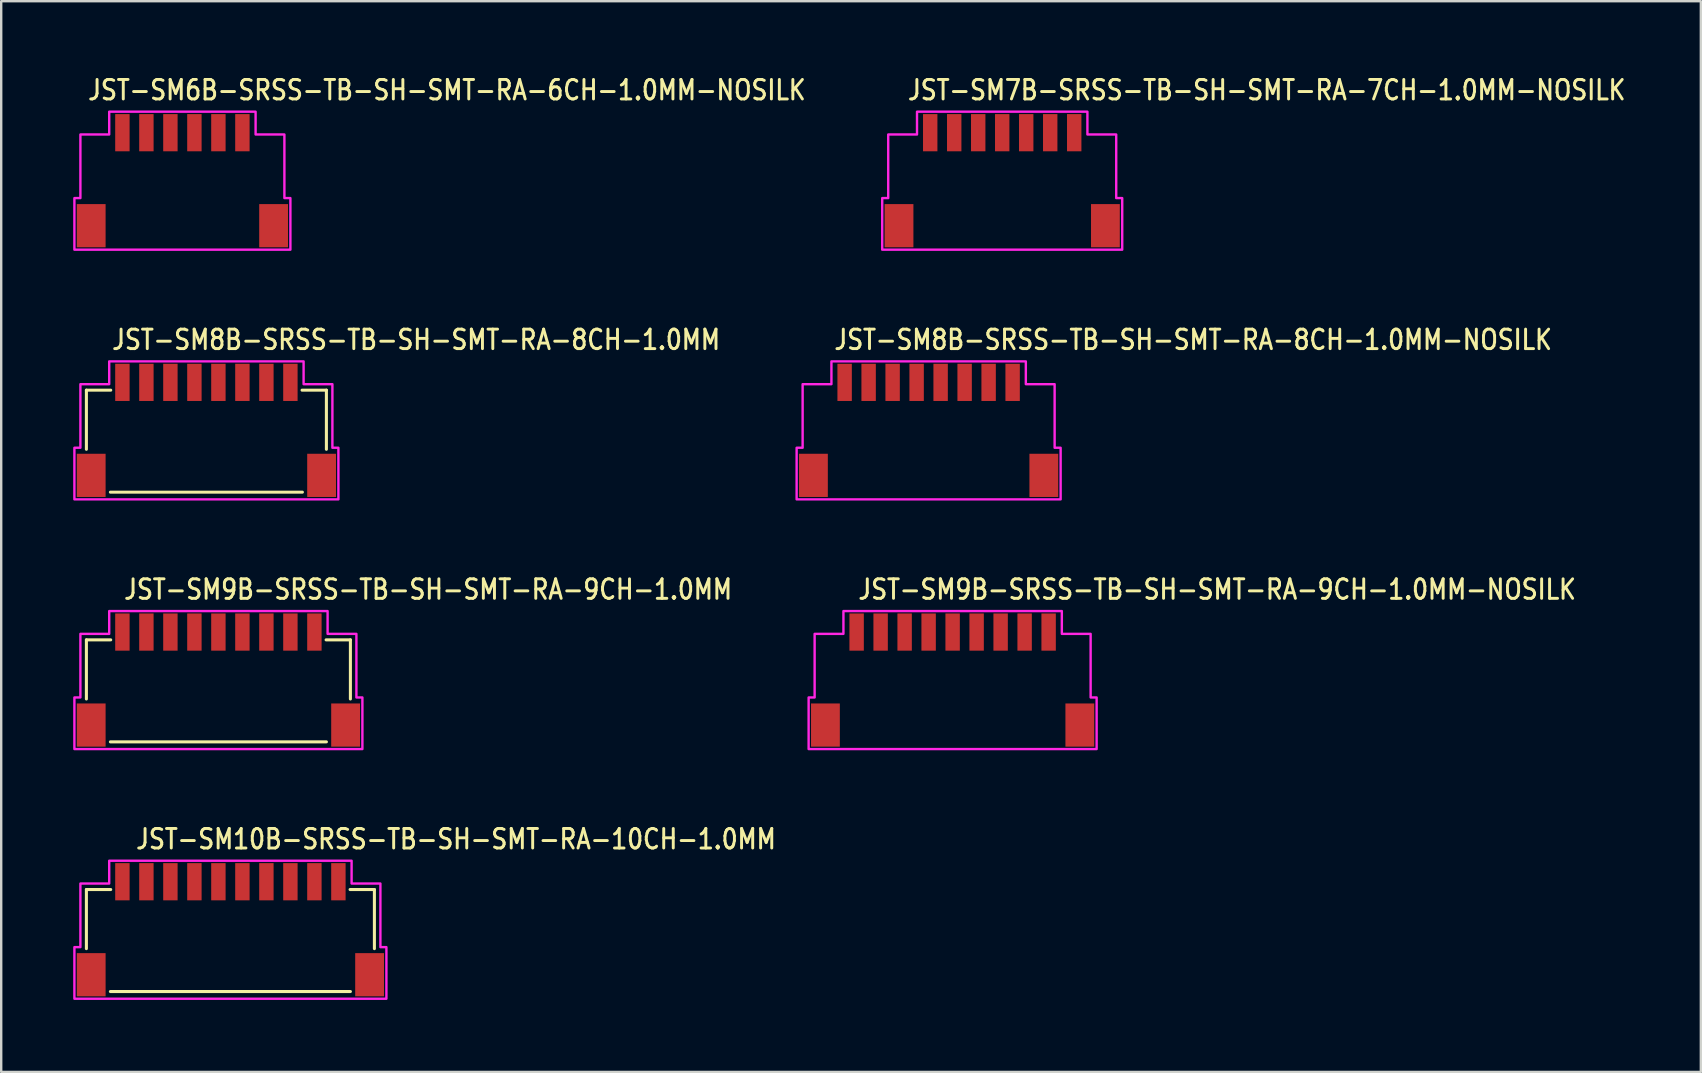
<source format=kicad_pcb>
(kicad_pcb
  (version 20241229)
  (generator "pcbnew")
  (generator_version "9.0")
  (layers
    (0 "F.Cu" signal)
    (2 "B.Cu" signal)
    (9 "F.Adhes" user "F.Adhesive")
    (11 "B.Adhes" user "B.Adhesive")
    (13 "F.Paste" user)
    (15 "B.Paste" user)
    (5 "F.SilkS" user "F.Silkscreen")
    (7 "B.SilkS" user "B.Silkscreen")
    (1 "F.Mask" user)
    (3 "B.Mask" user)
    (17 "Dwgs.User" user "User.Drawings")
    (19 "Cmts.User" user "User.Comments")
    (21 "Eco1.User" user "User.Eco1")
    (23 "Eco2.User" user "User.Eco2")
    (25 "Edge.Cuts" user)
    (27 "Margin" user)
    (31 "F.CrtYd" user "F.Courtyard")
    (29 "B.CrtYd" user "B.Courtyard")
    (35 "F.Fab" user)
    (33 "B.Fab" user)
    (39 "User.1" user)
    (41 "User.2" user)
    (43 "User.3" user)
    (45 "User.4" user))
  (footprint "JST-SM8B-SRSS-TB-SH-SMT-RA-8CH-1.0MM-NOSILK"
    (layer "F.Cu")
    (at 35.643 14.882)
    (property "Reference" "JST-SM8B-SRSS-TB-SH-SMT-RA-8CH-1.0MM-NOSILK" (at -4 -3.3 0) (unlocked yes) (layer "F.SilkS") (effects (font (size 0.813 0.695) (thickness 0.122)) (justify left bottom)))
    (fp_poly (pts (xy -5.5 2.875) (xy -5.5 0.725) (xy -5.25 0.725) (xy -5.25 -1.925) (xy -4.05 -1.925) (xy -4.05 -2.875) (xy 4.05 -2.875) (xy 4.05 -1.925) (xy 5.25 -1.925) (xy 5.25 0.725) (xy 5.5 0.725) (xy 5.5 2.875)) (stroke (width 0.1) (type solid)) (fill no) (layer "F.CrtYd"))
    (pad "P$1" smd rect (at -3.5 -2) (size 0.6 1.55) (layers "F.Cu" "F.Mask" "F.Paste"))
    (pad "P$2" smd rect (at -2.5 -2) (size 0.6 1.55) (layers "F.Cu" "F.Mask" "F.Paste"))
    (pad "P$3" smd rect (at -1.5 -2) (size 0.6 1.55) (layers "F.Cu" "F.Mask" "F.Paste"))
    (pad "P$4" smd rect (at -0.5 -2) (size 0.6 1.55) (layers "F.Cu" "F.Mask" "F.Paste"))
    (pad "P$5" smd rect (at 0.5 -2) (size 0.6 1.55) (layers "F.Cu" "F.Mask" "F.Paste"))
    (pad "P$6" smd rect (at 1.5 -2) (size 0.6 1.55) (layers "F.Cu" "F.Mask" "F.Paste"))
    (pad "P$7" smd rect (at 2.5 -2) (size 0.6 1.55) (layers "F.Cu" "F.Mask" "F.Paste"))
    (pad "P$8" smd rect (at 3.5 -2) (size 0.6 1.55) (layers "F.Cu" "F.Mask" "F.Paste"))
    (pad "S$8" smd rect (at -4.8 1.875) (size 1.2 1.8) (layers "F.Cu" "F.Mask" "F.Paste"))
    (pad "S$9" smd rect (at 4.8 1.875) (size 1.2 1.8) (layers "F.Cu" "F.Mask" "F.Paste")))
  (footprint "JST-SM9B-SRSS-TB-SH-SMT-RA-9CH-1.0MM-NOSILK"
    (layer "F.Cu")
    (at 36.643 25.286)
    (property "Reference" "JST-SM9B-SRSS-TB-SH-SMT-RA-9CH-1.0MM-NOSILK" (at -4 -3.3 0) (unlocked yes) (layer "F.SilkS") (effects (font (size 0.813 0.695) (thickness 0.122)) (justify left bottom)))
    (fp_poly (pts (xy -6 2.875) (xy -6 0.725) (xy -5.75 0.725) (xy -5.75 -1.925) (xy -4.55 -1.925) (xy -4.55 -2.875) (xy 4.55 -2.875) (xy 4.55 -1.925) (xy 5.75 -1.925) (xy 5.75 0.725) (xy 6 0.725) (xy 6 2.875)) (stroke (width 0.1) (type solid)) (fill no) (layer "F.CrtYd"))
    (pad "P$1" smd rect (at -4 -2) (size 0.6 1.55) (layers "F.Cu" "F.Mask" "F.Paste"))
    (pad "P$2" smd rect (at -3 -2) (size 0.6 1.55) (layers "F.Cu" "F.Mask" "F.Paste"))
    (pad "P$3" smd rect (at -2 -2) (size 0.6 1.55) (layers "F.Cu" "F.Mask" "F.Paste"))
    (pad "P$4" smd rect (at -1 -2) (size 0.6 1.55) (layers "F.Cu" "F.Mask" "F.Paste"))
    (pad "P$5" smd rect (at 0 -2) (size 0.6 1.55) (layers "F.Cu" "F.Mask" "F.Paste"))
    (pad "P$6" smd rect (at 1 -2) (size 0.6 1.55) (layers "F.Cu" "F.Mask" "F.Paste"))
    (pad "P$7" smd rect (at 2 -2) (size 0.6 1.55) (layers "F.Cu" "F.Mask" "F.Paste"))
    (pad "P$8" smd rect (at 3 -2) (size 0.6 1.55) (layers "F.Cu" "F.Mask" "F.Paste"))
    (pad "P$9" smd rect (at 4 -2) (size 0.6 1.55) (layers "F.Cu" "F.Mask" "F.Paste"))
    (pad "S$9" smd rect (at -5.3 1.875) (size 1.2 1.8) (layers "F.Cu" "F.Mask" "F.Paste"))
    (pad "S$10" smd rect (at 5.3 1.875) (size 1.2 1.8) (layers "F.Cu" "F.Mask" "F.Paste")))
  (footprint "JST-SM7B-SRSS-TB-SH-SMT-RA-7CH-1.0MM-NOSILK"
    (layer "F.Cu")
    (at 38.709 4.479)
    (property "Reference" "JST-SM7B-SRSS-TB-SH-SMT-RA-7CH-1.0MM-NOSILK" (at -4 -3.3 0) (unlocked yes) (layer "F.SilkS") (effects (font (size 0.813 0.695) (thickness 0.122)) (justify left bottom)))
    (fp_poly (pts (xy -5 2.875) (xy -5 0.725) (xy -4.75 0.725) (xy -4.75 -1.925) (xy -3.55 -1.925) (xy -3.55 -2.875) (xy 3.55 -2.875) (xy 3.55 -1.925) (xy 4.75 -1.925) (xy 4.75 0.725) (xy 5 0.725) (xy 5 2.875)) (stroke (width 0.1) (type solid)) (fill no) (layer "F.CrtYd"))
    (pad "P$1" smd rect (at -3 -2) (size 0.6 1.55) (layers "F.Cu" "F.Mask" "F.Paste"))
    (pad "P$2" smd rect (at -2 -2) (size 0.6 1.55) (layers "F.Cu" "F.Mask" "F.Paste"))
    (pad "P$3" smd rect (at -1 -2) (size 0.6 1.55) (layers "F.Cu" "F.Mask" "F.Paste"))
    (pad "P$4" smd rect (at 0 -2) (size 0.6 1.55) (layers "F.Cu" "F.Mask" "F.Paste"))
    (pad "P$5" smd rect (at 1 -2) (size 0.6 1.55) (layers "F.Cu" "F.Mask" "F.Paste"))
    (pad "P$6" smd rect (at 2 -2) (size 0.6 1.55) (layers "F.Cu" "F.Mask" "F.Paste"))
    (pad "P$7" smd rect (at 3 -2) (size 0.6 1.55) (layers "F.Cu" "F.Mask" "F.Paste"))
    (pad "S$7" smd rect (at -4.3 1.875) (size 1.2 1.8) (layers "F.Cu" "F.Mask" "F.Paste"))
    (pad "S$8" smd rect (at 4.3 1.875) (size 1.2 1.8) (layers "F.Cu" "F.Mask" "F.Paste")))
  (footprint "JST-SM9B-SRSS-TB-SH-SMT-RA-9CH-1.0MM"
    (layer "F.Cu")
    (at 6.05 25.286)
    (property "Reference" "JST-SM9B-SRSS-TB-SH-SMT-RA-9CH-1.0MM" (at -4 -3.3 0) (unlocked yes) (layer "F.SilkS") (effects (font (size 0.813 0.695) (thickness 0.122)) (justify left bottom)))
    (fp_line (start -5.5 -1.675) (end -4.487 -1.675) (stroke (width 0.127) (type solid)) (layer "F.SilkS"))
    (fp_line (start -5.5 0.788) (end -5.5 -1.675) (stroke (width 0.127) (type solid)) (layer "F.SilkS"))
    (fp_line (start -4.5 2.575) (end 4.5 2.575) (stroke (width 0.127) (type solid)) (layer "F.SilkS"))
    (fp_line (start 4.487 -1.675) (end 5.5 -1.675) (stroke (width 0.127) (type solid)) (layer "F.SilkS"))
    (fp_line (start 5.5 -1.675) (end 5.5 0.788) (stroke (width 0.127) (type solid)) (layer "F.SilkS"))
    (fp_poly (pts (xy -6 2.875) (xy -6 0.725) (xy -5.75 0.725) (xy -5.75 -1.925) (xy -4.55 -1.925) (xy -4.55 -2.875) (xy 4.55 -2.875) (xy 4.55 -1.925) (xy 5.75 -1.925) (xy 5.75 0.725) (xy 6 0.725) (xy 6 2.875)) (stroke (width 0.1) (type solid)) (fill no) (layer "F.CrtYd"))
    (pad "P$1" smd rect (at -4 -2) (size 0.6 1.55) (layers "F.Cu" "F.Mask" "F.Paste"))
    (pad "P$2" smd rect (at -3 -2) (size 0.6 1.55) (layers "F.Cu" "F.Mask" "F.Paste"))
    (pad "P$3" smd rect (at -2 -2) (size 0.6 1.55) (layers "F.Cu" "F.Mask" "F.Paste"))
    (pad "P$4" smd rect (at -1 -2) (size 0.6 1.55) (layers "F.Cu" "F.Mask" "F.Paste"))
    (pad "P$5" smd rect (at 0 -2) (size 0.6 1.55) (layers "F.Cu" "F.Mask" "F.Paste"))
    (pad "P$6" smd rect (at 1 -2) (size 0.6 1.55) (layers "F.Cu" "F.Mask" "F.Paste"))
    (pad "P$7" smd rect (at 2 -2) (size 0.6 1.55) (layers "F.Cu" "F.Mask" "F.Paste"))
    (pad "P$8" smd rect (at 3 -2) (size 0.6 1.55) (layers "F.Cu" "F.Mask" "F.Paste"))
    (pad "P$9" smd rect (at 4 -2) (size 0.6 1.55) (layers "F.Cu" "F.Mask" "F.Paste"))
    (pad "S$8" smd rect (at -5.3 1.875) (size 1.2 1.8) (layers "F.Cu" "F.Mask" "F.Paste"))
    (pad "S$9" smd rect (at 5.3 1.875) (size 1.2 1.8) (layers "F.Cu" "F.Mask" "F.Paste")))
  (footprint "JST-SM6B-SRSS-TB-SH-SMT-RA-6CH-1.0MM-NOSILK"
    (layer "F.Cu")
    (at 4.55 4.479)
    (property "Reference" "JST-SM6B-SRSS-TB-SH-SMT-RA-6CH-1.0MM-NOSILK" (at -4 -3.3 0) (unlocked yes) (layer "F.SilkS") (effects (font (size 0.813 0.695) (thickness 0.122)) (justify left bottom)))
    (fp_poly (pts (xy -4.5 2.875) (xy -4.5 0.725) (xy -4.25 0.725) (xy -4.25 -1.925) (xy -3.05 -1.925) (xy -3.05 -2.875) (xy 3.05 -2.875) (xy 3.05 -1.925) (xy 4.25 -1.925) (xy 4.25 0.725) (xy 4.5 0.725) (xy 4.5 2.875)) (stroke (width 0.1) (type solid)) (fill no) (layer "F.CrtYd"))
    (pad "P$1" smd rect (at -2.5 -2) (size 0.6 1.55) (layers "F.Cu" "F.Mask" "F.Paste"))
    (pad "P$2" smd rect (at -1.5 -2) (size 0.6 1.55) (layers "F.Cu" "F.Mask" "F.Paste"))
    (pad "P$3" smd rect (at -0.5 -2) (size 0.6 1.55) (layers "F.Cu" "F.Mask" "F.Paste"))
    (pad "P$4" smd rect (at 0.5 -2) (size 0.6 1.55) (layers "F.Cu" "F.Mask" "F.Paste"))
    (pad "P$5" smd rect (at 1.5 -2) (size 0.6 1.55) (layers "F.Cu" "F.Mask" "F.Paste"))
    (pad "P$6" smd rect (at 2.5 -2) (size 0.6 1.55) (layers "F.Cu" "F.Mask" "F.Paste"))
    (pad "S$6" smd rect (at -3.8 1.875) (size 1.2 1.8) (layers "F.Cu" "F.Mask" "F.Paste"))
    (pad "S$7" smd rect (at 3.8 1.875) (size 1.2 1.8) (layers "F.Cu" "F.Mask" "F.Paste")))
  (footprint "JST-SM8B-SRSS-TB-SH-SMT-RA-8CH-1.0MM"
    (layer "F.Cu")
    (at 5.55 14.882)
    (property "Reference" "JST-SM8B-SRSS-TB-SH-SMT-RA-8CH-1.0MM" (at -4 -3.3 0) (unlocked yes) (layer "F.SilkS") (effects (font (size 0.813 0.695) (thickness 0.122)) (justify left bottom)))
    (fp_line (start -5 -1.675) (end -3.986 -1.675) (stroke (width 0.127) (type solid)) (layer "F.SilkS"))
    (fp_line (start -5 0.788) (end -5 -1.675) (stroke (width 0.127) (type solid)) (layer "F.SilkS"))
    (fp_line (start -4 2.575) (end 4 2.575) (stroke (width 0.127) (type solid)) (layer "F.SilkS"))
    (fp_line (start 3.986 -1.675) (end 5 -1.675) (stroke (width 0.127) (type solid)) (layer "F.SilkS"))
    (fp_line (start 5 -1.675) (end 5 0.788) (stroke (width 0.127) (type solid)) (layer "F.SilkS"))
    (fp_poly (pts (xy -5.5 2.875) (xy -5.5 0.725) (xy -5.25 0.725) (xy -5.25 -1.925) (xy -4.05 -1.925) (xy -4.05 -2.875) (xy 4.05 -2.875) (xy 4.05 -1.925) (xy 5.25 -1.925) (xy 5.25 0.725) (xy 5.5 0.725) (xy 5.5 2.875)) (stroke (width 0.1) (type solid)) (fill no) (layer "F.CrtYd"))
    (pad "P$1" smd rect (at -3.5 -2) (size 0.6 1.55) (layers "F.Cu" "F.Mask" "F.Paste"))
    (pad "P$2" smd rect (at -2.5 -2) (size 0.6 1.55) (layers "F.Cu" "F.Mask" "F.Paste"))
    (pad "P$3" smd rect (at -1.5 -2) (size 0.6 1.55) (layers "F.Cu" "F.Mask" "F.Paste"))
    (pad "P$4" smd rect (at -0.5 -2) (size 0.6 1.55) (layers "F.Cu" "F.Mask" "F.Paste"))
    (pad "P$5" smd rect (at 0.5 -2) (size 0.6 1.55) (layers "F.Cu" "F.Mask" "F.Paste"))
    (pad "P$6" smd rect (at 1.5 -2) (size 0.6 1.55) (layers "F.Cu" "F.Mask" "F.Paste"))
    (pad "P$7" smd rect (at 2.5 -2) (size 0.6 1.55) (layers "F.Cu" "F.Mask" "F.Paste"))
    (pad "P$8" smd rect (at 3.5 -2) (size 0.6 1.55) (layers "F.Cu" "F.Mask" "F.Paste"))
    (pad "S$7" smd rect (at -4.8 1.875) (size 1.2 1.8) (layers "F.Cu" "F.Mask" "F.Paste"))
    (pad "S$8" smd rect (at 4.8 1.875) (size 1.2 1.8) (layers "F.Cu" "F.Mask" "F.Paste")))
  (footprint "JST-SM10B-SRSS-TB-SH-SMT-RA-10CH-1.0MM"
    (layer "F.Cu")
    (at 6.55 35.689)
    (property "Reference" "JST-SM10B-SRSS-TB-SH-SMT-RA-10CH-1.0MM" (at -4 -3.3 0) (unlocked yes) (layer "F.SilkS") (effects (font (size 0.813 0.695) (thickness 0.122)) (justify left bottom)))
    (fp_line (start -6 -1.675) (end -4.987 -1.675) (stroke (width 0.127) (type solid)) (layer "F.SilkS"))
    (fp_line (start -6 0.788) (end -6 -1.675) (stroke (width 0.127) (type solid)) (layer "F.SilkS"))
    (fp_line (start -5 2.575) (end 5 2.575) (stroke (width 0.127) (type solid)) (layer "F.SilkS"))
    (fp_line (start 4.987 -1.675) (end 6 -1.675) (stroke (width 0.127) (type solid)) (layer "F.SilkS"))
    (fp_line (start 6 -1.675) (end 6 0.788) (stroke (width 0.127) (type solid)) (layer "F.SilkS"))
    (fp_poly (pts (xy -6.5 2.875) (xy -6.5 0.725) (xy -6.25 0.725) (xy -6.25 -1.925) (xy -5.05 -1.925) (xy -5.05 -2.875) (xy 5.05 -2.875) (xy 5.05 -1.925) (xy 6.25 -1.925) (xy 6.25 0.725) (xy 6.5 0.725) (xy 6.5 2.875)) (stroke (width 0.1) (type solid)) (fill no) (layer "F.CrtYd"))
    (pad "P$1" smd rect (at -4.5 -2) (size 0.6 1.55) (layers "F.Cu" "F.Mask" "F.Paste"))
    (pad "P$2" smd rect (at -3.5 -2) (size 0.6 1.55) (layers "F.Cu" "F.Mask" "F.Paste"))
    (pad "P$3" smd rect (at -2.5 -2) (size 0.6 1.55) (layers "F.Cu" "F.Mask" "F.Paste"))
    (pad "P$4" smd rect (at -1.5 -2) (size 0.6 1.55) (layers "F.Cu" "F.Mask" "F.Paste"))
    (pad "P$5" smd rect (at -0.5 -2) (size 0.6 1.55) (layers "F.Cu" "F.Mask" "F.Paste"))
    (pad "P$6" smd rect (at 0.5 -2) (size 0.6 1.55) (layers "F.Cu" "F.Mask" "F.Paste"))
    (pad "P$7" smd rect (at 1.5 -2) (size 0.6 1.55) (layers "F.Cu" "F.Mask" "F.Paste"))
    (pad "P$8" smd rect (at 2.5 -2) (size 0.6 1.55) (layers "F.Cu" "F.Mask" "F.Paste"))
    (pad "P$9" smd rect (at 3.5 -2) (size 0.6 1.55) (layers "F.Cu" "F.Mask" "F.Paste"))
    (pad "P$10" smd rect (at 4.5 -2) (size 0.6 1.55) (layers "F.Cu" "F.Mask" "F.Paste"))
    (pad "S$9" smd rect (at -5.8 1.875) (size 1.2 1.8) (layers "F.Cu" "F.Mask" "F.Paste"))
    (pad "S$10" smd rect (at 5.8 1.875) (size 1.2 1.8) (layers "F.Cu" "F.Mask" "F.Paste")))
  (gr_rect
    (start -3 -3)
    (end 67.819 41.614)
    (stroke (width 0.1) (type default))
    (fill no)
    (layer "Edge.Cuts")))
</source>
